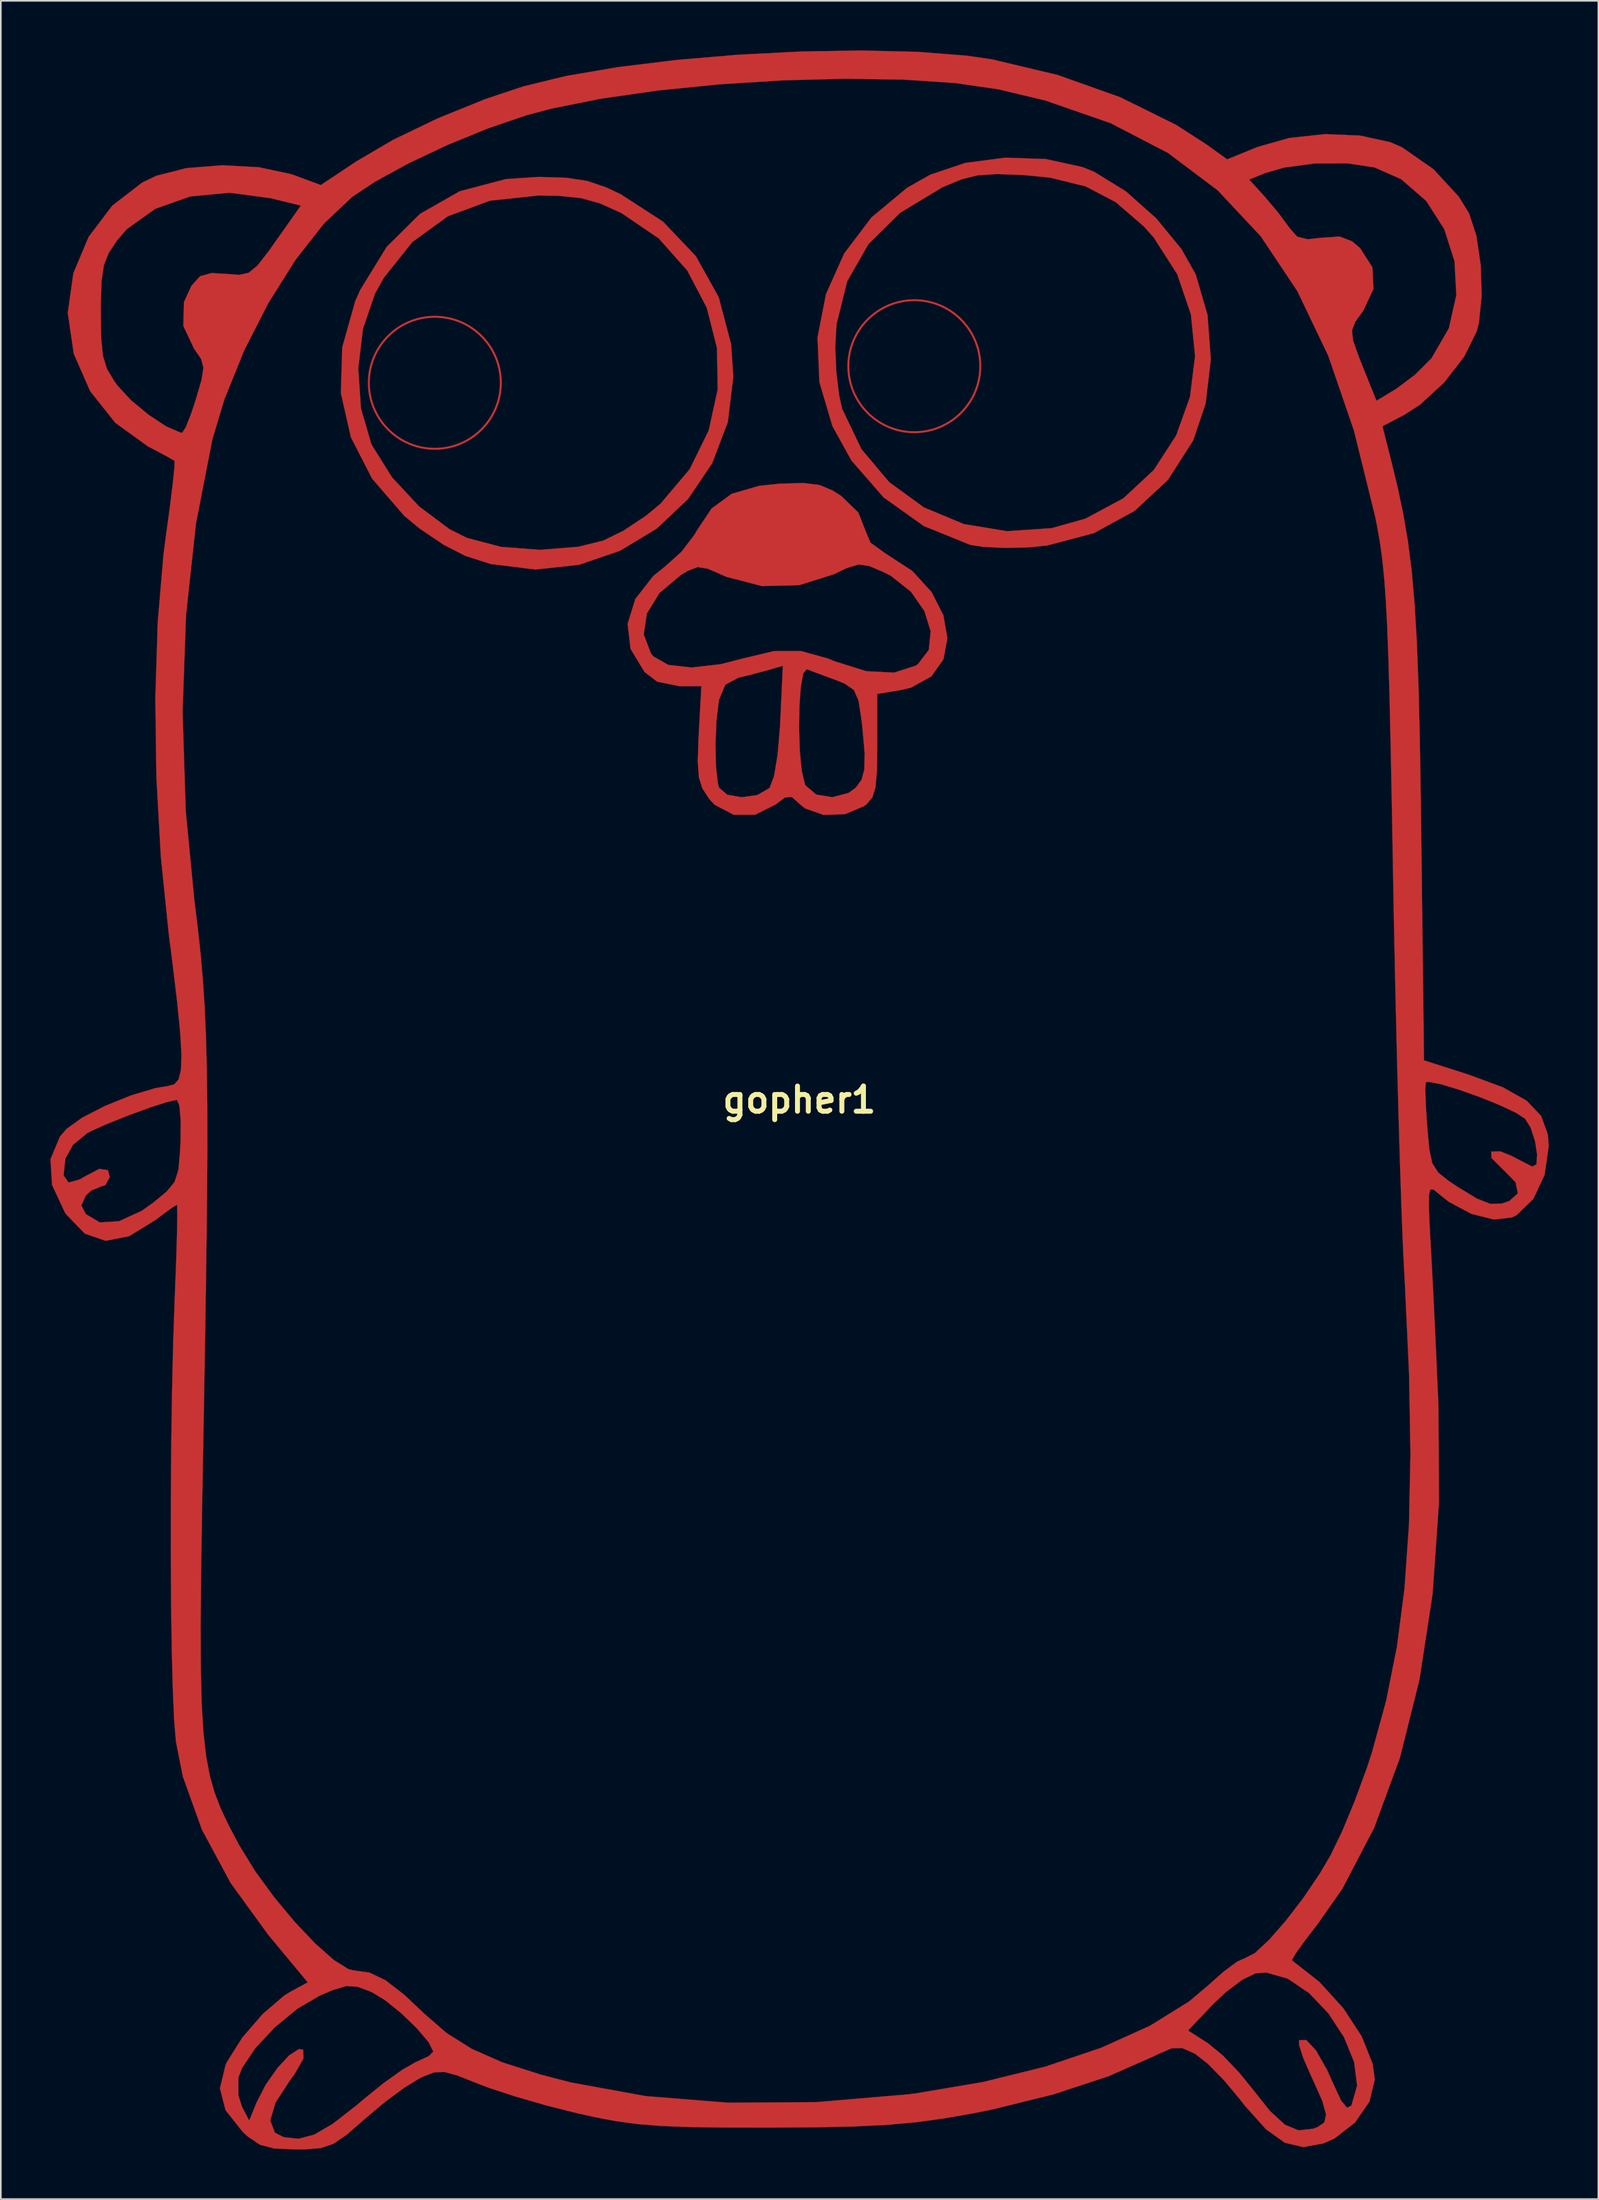
<source format=kicad_pcb>
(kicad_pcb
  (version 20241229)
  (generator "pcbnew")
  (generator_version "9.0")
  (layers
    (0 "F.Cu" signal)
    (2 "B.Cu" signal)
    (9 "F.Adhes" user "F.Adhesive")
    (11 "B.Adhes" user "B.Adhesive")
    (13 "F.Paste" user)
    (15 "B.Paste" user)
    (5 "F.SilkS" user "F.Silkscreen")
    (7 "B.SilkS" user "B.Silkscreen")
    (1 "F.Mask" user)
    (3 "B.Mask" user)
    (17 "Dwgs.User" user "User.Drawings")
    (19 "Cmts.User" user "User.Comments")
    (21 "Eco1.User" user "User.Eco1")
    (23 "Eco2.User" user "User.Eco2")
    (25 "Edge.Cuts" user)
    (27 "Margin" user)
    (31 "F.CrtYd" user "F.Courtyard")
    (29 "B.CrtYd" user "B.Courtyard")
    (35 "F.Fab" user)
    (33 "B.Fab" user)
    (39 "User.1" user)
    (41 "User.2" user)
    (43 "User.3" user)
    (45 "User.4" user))
  (footprint "gopher1"
    (layer "F.Cu")
    (at 45.324 63.491)
    (property "Reference" "gopher1" (at 0 0 0) (layer "F.SilkS") (effects (font (size 1.524 1.524) (thickness 0.3))))
    (attr through_hole)
    (fp_circle (center -22.058 -43.383) (end -18.783 -41.097) (stroke (width 0.12) (type solid)) (fill no) (layer "F.Cu"))
    (fp_circle (center 6.962 -44.386) (end 10.236 -42.1) (stroke (width 0.12) (type solid)) (fill no) (layer "F.Cu"))
    (fp_poly (pts (xy 14.911 -56.921) (xy 17.124 -56.438) (xy 17.859 -56.142) (xy 19.779 -54.955) (xy 21.608 -53.326) (xy 23.129 -51.473) (xy 23.991 -49.946) (xy 24.707 -47.493) (xy 24.907 -44.8) (xy 24.594 -42.133) (xy 23.843 -39.9) (xy 22.316 -37.512) (xy 20.284 -35.624) (xy 17.823 -34.283) (xy 15.007 -33.539) (xy 13.894 -33.425) (xy 12.447 -33.391) (xy 11.136 -33.453) (xy 10.341 -33.577) (xy 7.527 -34.721) (xy 5.103 -36.447) (xy 3.155 -38.681) (xy 2.005 -40.76) (xy 1.218 -43.42) (xy 1.127 -45.553) (xy 2.177 -45.553) (xy 2.242 -44.037) (xy 2.41 -42.629) (xy 2.598 -41.798) (xy 3.762 -39.368) (xy 5.446 -37.367) (xy 7.545 -35.841) (xy 9.953 -34.838) (xy 12.565 -34.405) (xy 15.277 -34.589) (xy 17.313 -35.161) (xy 19.618 -36.397) (xy 21.458 -38.112) (xy 22.808 -40.194) (xy 23.647 -42.531) (xy 23.953 -45.01) (xy 23.702 -47.52) (xy 22.873 -49.949) (xy 21.443 -52.183) (xy 20.852 -52.842) (xy 19.153 -54.31) (xy 17.325 -55.265) (xy 15.161 -55.796) (xy 13.553 -55.952) (xy 11.949 -56.009) (xy 10.788 -55.934) (xy 9.793 -55.684) (xy 8.685 -55.218) (xy 8.638 -55.196) (xy 6.099 -53.665) (xy 4.181 -51.765) (xy 2.896 -49.513) (xy 2.254 -46.923) (xy 2.177 -45.553) (xy 1.127 -45.553) (xy 1.102 -46.119) (xy 1.616 -48.75) (xy 2.719 -51.208) (xy 4.369 -53.387) (xy 6.526 -55.181) (xy 7.929 -55.974) (xy 10.046 -56.685) (xy 12.463 -57.002) (xy 14.911 -56.921)) (stroke (width 0.01) (type solid)) (fill yes) (layer "F.Cu"))
    (fp_poly (pts (xy -14.109 -55.787) (xy -12.849 -55.599) (xy -11.696 -55.209) (xy -10.812 -54.793) (xy -8.242 -53.129) (xy -6.255 -51.038) (xy -4.876 -48.559) (xy -4.128 -45.729) (xy -3.991 -43.749) (xy -4.326 -41.002) (xy -5.27 -38.515) (xy -6.733 -36.348) (xy -8.625 -34.561) (xy -10.856 -33.215) (xy -13.336 -32.369) (xy -15.974 -32.084) (xy -18.681 -32.42) (xy -20.21 -32.909) (xy -21.531 -33.587) (xy -22.976 -34.562) (xy -23.911 -35.335) (xy -25.854 -37.583) (xy -27.136 -40.081) (xy -27.744 -42.752) (xy -27.7 -44.247) (xy -26.692 -44.247) (xy -26.529 -41.841) (xy -25.911 -39.714) (xy -25.852 -39.587) (xy -24.648 -37.664) (xy -23.011 -35.904) (xy -21.17 -34.528) (xy -20.115 -33.999) (xy -18.064 -33.458) (xy -15.706 -33.277) (xy -13.376 -33.461) (xy -11.86 -33.839) (xy -10.647 -34.43) (xy -9.288 -35.333) (xy -8.397 -36.069) (xy -6.63 -38.159) (xy -5.482 -40.5) (xy -4.938 -42.983) (xy -4.983 -45.496) (xy -5.602 -47.929) (xy -6.779 -50.171) (xy -8.499 -52.111) (xy -10.747 -53.639) (xy -10.818 -53.675) (xy -12.07 -54.239) (xy -13.218 -54.556) (xy -14.571 -54.693) (xy -15.783 -54.714) (xy -18.718 -54.4) (xy -21.268 -53.459) (xy -23.414 -51.903) (xy -25.142 -49.74) (xy -25.676 -48.779) (xy -26.406 -46.653) (xy -26.692 -44.247) (xy -27.7 -44.247) (xy -27.662 -45.522) (xy -26.877 -48.314) (xy -26.572 -49.001) (xy -24.968 -51.609) (xy -22.954 -53.604) (xy -20.546 -54.973) (xy -17.761 -55.707) (xy -15.783 -55.838) (xy -14.109 -55.787)) (stroke (width 0.01) (type solid)) (fill yes) (layer "F.Cu"))
    (fp_poly (pts (xy 1.222 -37.2) (xy 2.015 -36.87) (xy 2.54 -36.533) (xy 3.577 -35.528) (xy 3.924 -34.639) (xy 4.305 -33.713) (xy 5.227 -33.049) (xy 6.838 -32.001) (xy 8.007 -30.721) (xy 8.719 -29.326) (xy 8.964 -27.933) (xy 8.727 -26.659) (xy 7.995 -25.621) (xy 6.756 -24.936) (xy 6.142 -24.792) (xy 4.717 -24.557) (xy 4.717 -21.451) (xy 4.698 -19.894) (xy 4.613 -18.904) (xy 4.424 -18.3) (xy 4.092 -17.904) (xy 3.911 -17.764) (xy 2.757 -17.28) (xy 1.465 -17.239) (xy 0.349 -17.631) (xy 0.058 -17.869) (xy -0.456 -18.324) (xy -0.876 -18.292) (xy -1.433 -17.869) (xy -2.67 -17.249) (xy -3.976 -17.25) (xy -5.128 -17.856) (xy -5.455 -18.21) (xy -5.859 -18.829) (xy -6.077 -19.509) (xy -6.144 -20.47) (xy -6.109 -21.528) (xy -5.071 -21.528) (xy -5.041 -20.143) (xy -4.921 -19.111) (xy -4.86 -18.894) (xy -4.359 -18.46) (xy -3.487 -18.309) (xy -2.542 -18.44) (xy -1.824 -18.854) (xy -1.787 -18.896) (xy -1.529 -19.582) (xy -1.314 -20.861) (xy -1.178 -22.453) (xy -0.013 -22.453) (xy 0.033 -21.09) (xy 0.149 -19.914) (xy 0.336 -19.112) (xy 0.376 -19.025) (xy 1.026 -18.47) (xy 1.995 -18.312) (xy 2.979 -18.566) (xy 3.421 -18.89) (xy 3.768 -19.366) (xy 3.94 -20.008) (xy 3.954 -20.989) (xy 3.822 -22.485) (xy 3.763 -23.007) (xy 3.588 -24.152) (xy 3.304 -24.796) (xy 2.752 -25.182) (xy 2.224 -25.394) (xy 1.246 -25.756) (xy 0.531 -26.023) (xy 0.454 -26.053) (xy 0.243 -25.804) (xy 0.094 -24.997) (xy 0.007 -23.818) (xy -0.013 -22.453) (xy -1.178 -22.453) (xy -1.167 -22.578) (xy -1.152 -22.875) (xy -0.995 -26.259) (xy -1.858 -26.008) (xy -2.92 -25.723) (xy -3.681 -25.539) (xy -4.475 -25.119) (xy -4.86 -24.197) (xy -4.861 -24.194) (xy -5.011 -22.975) (xy -5.071 -21.528) (xy -6.109 -21.528) (xy -6.096 -21.93) (xy -6.085 -22.132) (xy -5.926 -25.026) (xy -7.254 -25.026) (xy -8.6 -25.3) (xy -9.365 -25.885) (xy -10.211 -27.282) (xy -10.314 -28.153) (xy -9.412 -28.153) (xy -8.975 -27.005) (xy -8.834 -26.83) (xy -7.929 -26.316) (xy -6.525 -26.157) (xy -4.76 -26.357) (xy -3.414 -26.703) (xy -1.52 -27.152) (xy 0.092 -27.155) (xy 1.731 -26.704) (xy 2.177 -26.521) (xy 4.06 -25.934) (xy 5.735 -25.848) (xy 7.05 -26.27) (xy 7.176 -26.355) (xy 7.838 -27.224) (xy 7.952 -28.347) (xy 7.574 -29.57) (xy 6.762 -30.734) (xy 5.573 -31.684) (xy 5.158 -31.901) (xy 4.236 -32.296) (xy 3.583 -32.389) (xy 2.865 -32.17) (xy 2.087 -31.795) (xy -0.011 -31.137) (xy -2.266 -31.085) (xy -4.411 -31.643) (xy -4.588 -31.722) (xy -5.543 -32.136) (xy -6.159 -32.229) (xy -6.748 -32.005) (xy -7.176 -31.746) (xy -8.468 -30.658) (xy -9.228 -29.416) (xy -9.412 -28.153) (xy -10.314 -28.153) (xy -10.39 -28.794) (xy -9.925 -30.303) (xy -8.841 -31.69) (xy -8.134 -32.259) (xy -7.14 -33.15) (xy -6.34 -34.194) (xy -6.233 -34.391) (xy -5.311 -35.774) (xy -4.091 -36.666) (xy -2.428 -37.151) (xy -1.168 -37.28) (xy 0.252 -37.318) (xy 1.222 -37.2)) (stroke (width 0.01) (type solid)) (fill yes) (layer "F.Cu"))
    (fp_poly (pts (xy 7.169 -63.405) (xy 10.131 -63.173) (xy 11.655 -62.952) (xy 15.652 -62.001) (xy 19.428 -60.656) (xy 22.802 -58.989) (xy 24.65 -57.798) (xy 25.897 -56.901) (xy 27.735 -57.649) (xy 29.664 -58.196) (xy 31.813 -58.427) (xy 33.932 -58.341) (xy 35.766 -57.94) (xy 36.472 -57.635) (xy 38.382 -56.305) (xy 39.919 -54.638) (xy 40.54 -53.626) (xy 40.983 -52.266) (xy 41.242 -50.495) (xy 41.298 -48.634) (xy 41.13 -46.999) (xy 41.005 -46.51) (xy 40.238 -44.96) (xy 39.02 -43.391) (xy 37.571 -42.059) (xy 36.631 -41.453) (xy 35.294 -40.751) (xy 35.798 -38.772) (xy 36.216 -37.05) (xy 36.561 -35.41) (xy 36.842 -33.752) (xy 37.066 -31.977) (xy 37.241 -29.986) (xy 37.376 -27.682) (xy 37.479 -24.965) (xy 37.557 -21.736) (xy 37.619 -17.897) (xy 37.641 -16.229) (xy 37.809 -2.39) (xy 40.518 -1.524) (xy 42.589 -0.757) (xy 44.021 0.05) (xy 44.897 0.971) (xy 45.303 2.083) (xy 45.357 2.804) (xy 45.108 4.539) (xy 44.428 5.993) (xy 43.416 6.972) (xy 43.136 7.114) (xy 42.032 7.239) (xy 40.675 6.898) (xy 39.311 6.17) (xy 38.698 5.682) (xy 38.39 5.427) (xy 38.198 5.418) (xy 38.108 5.764) (xy 38.104 6.578) (xy 38.168 7.968) (xy 38.225 8.965) (xy 38.327 10.855) (xy 38.444 13.21) (xy 38.562 15.745) (xy 38.669 18.18) (xy 38.682 18.49) (xy 38.715 24.35) (xy 38.329 29.897) (xy 37.536 35.069) (xy 36.352 39.806) (xy 34.791 44.047) (xy 32.867 47.729) (xy 31.364 49.875) (xy 30.572 50.906) (xy 30.019 51.68) (xy 29.811 52.05) (xy 29.816 52.061) (xy 31.478 53.364) (xy 32.926 54.956) (xy 34.04 56.664) (xy 34.701 58.318) (xy 34.831 59.269) (xy 34.505 60.611) (xy 33.634 61.872) (xy 32.386 62.842) (xy 31.717 63.138) (xy 30.502 63.359) (xy 29.385 63.094) (xy 28.246 62.28) (xy 26.967 60.856) (xy 26.67 60.473) (xy 25.69 59.298) (xy 24.715 58.309) (xy 23.95 57.711) (xy 23.922 57.696) (xy 23.174 57.369) (xy 22.54 57.381) (xy 21.678 57.752) (xy 21.501 57.843) (xy 18.726 59.068) (xy 15.393 60.167) (xy 11.668 61.087) (xy 10.42 61.336) (xy 8.687 61.636) (xy 7.049 61.858) (xy 5.343 62.012) (xy 3.404 62.109) (xy 1.066 62.161) (xy -1.814 62.18) (xy -4.531 62.176) (xy -6.669 62.146) (xy -8.373 62.08) (xy -9.789 61.966) (xy -11.064 61.795) (xy -12.344 61.554) (xy -13.417 61.317) (xy -15.294 60.844) (xy -17.187 60.298) (xy -18.81 59.765) (xy -19.47 59.513) (xy -20.696 59.027) (xy -21.494 58.81) (xy -22.103 58.839) (xy -22.764 59.095) (xy -22.997 59.208) (xy -23.921 59.775) (xy -25.114 60.661) (xy -26.308 61.665) (xy -27.396 62.613) (xy -28.197 63.161) (xy -28.956 63.42) (xy -29.92 63.496) (xy -30.463 63.5) (xy -31.766 63.446) (xy -32.639 63.219) (xy -33.373 62.724) (xy -33.687 62.436) (xy -34.724 61.126) (xy -34.961 60.205) (xy -33.952 60.205) (xy -33.732 60.911) (xy -33.294 61.754) (xy -32.849 60.666) (xy -32.291 59.583) (xy -31.587 58.579) (xy -30.872 57.808) (xy -30.284 57.426) (xy -30.025 57.469) (xy -30.006 58.001) (xy -30.545 58.941) (xy -30.789 59.267) (xy -31.699 60.665) (xy -32.018 61.748) (xy -31.741 62.48) (xy -31.206 62.758) (xy -30.31 62.855) (xy -29.365 62.608) (xy -28.237 61.953) (xy -26.789 60.825) (xy -26.349 60.45) (xy -25.155 59.486) (xy -24.04 58.691) (xy -23.219 58.217) (xy -23.132 58.183) (xy -22.424 57.853) (xy -22.149 57.58) (xy -22.442 56.999) (xy -23.147 56.17) (xy -24.079 55.271) (xy -25.056 54.479) (xy -25.891 53.974) (xy -25.894 53.973) (xy -26.729 53.661) (xy -27.405 53.615) (xy -28.227 53.856) (xy -29.026 54.196) (xy -30.381 54.991) (xy -31.737 56.107) (xy -32.911 57.361) (xy -33.721 58.568) (xy -33.946 59.148) (xy -33.952 60.205) (xy -34.961 60.205) (xy -35.063 59.81) (xy -34.725 58.394) (xy -34.642 58.217) (xy -33.713 56.737) (xy -32.477 55.307) (xy -31.182 54.199) (xy -30.75 53.933) (xy -29.75 53.393) (xy -32.143 50.509) (xy -34.414 47.382) (xy -36.156 44.147) (xy -37.31 40.932) (xy -37.728 38.814) (xy -37.833 37.552) (xy -37.916 35.661) (xy -37.978 33.257) (xy -38.019 30.458) (xy -38.037 27.381) (xy -38.034 24.144) (xy -38.009 20.864) (xy -37.962 17.657) (xy -37.891 14.642) (xy -37.798 11.935) (xy -37.787 11.672) (xy -37.712 9.776) (xy -37.664 8.178) (xy -37.644 7.01) (xy -37.657 6.404) (xy -37.671 6.349) (xy -38.003 6.553) (xy -38.691 7.061) (xy -38.941 7.255) (xy -40.56 8.249) (xy -41.985 8.529) (xy -43.242 8.094) (xy -44.358 6.939) (xy -44.455 6.797) (xy -45.223 5.146) (xy -45.258 4.574) (xy -44.525 4.574) (xy -44.221 5.001) (xy -43.528 4.808) (xy -43.341 4.689) (xy -42.37 4.177) (xy -41.841 4.251) (xy -41.729 4.669) (xy -41.996 5.165) (xy -42.228 5.229) (xy -42.864 5.493) (xy -43.18 5.79) (xy -43.449 6.388) (xy -43.18 6.91) (xy -42.336 7.415) (xy -41.17 7.343) (xy -39.798 6.714) (xy -39.126 6.24) (xy -38.289 5.551) (xy -37.81 4.97) (xy -37.577 4.245) (xy -37.477 3.127) (xy -37.448 2.504) (xy -37.438 1.247) (xy -37.515 0.349) (xy -37.662 0.000058) (xy -37.664 0) (xy -38.257 0.13) (xy -39.296 0.466) (xy -40.554 0.924) (xy -41.807 1.421) (xy -42.83 1.875) (xy -43.078 2) (xy -43.952 2.717) (xy -44.419 3.553) (xy -44.525 4.574) (xy -45.258 4.574) (xy -45.319 3.593) (xy -44.746 2.221) (xy -44.347 1.759) (xy -43.4 1.077) (xy -42.007 0.363) (xy -40.438 -0.271) (xy -38.959 -0.712) (xy -38.191 -0.84) (xy -37.823 -0.943) (xy -37.567 -1.235) (xy -37.423 -1.799) (xy -37.39 -2.72) (xy -37.469 -4.082) (xy -37.658 -5.969) (xy -37.958 -8.465) (xy -38.168 -10.107) (xy -38.64 -14.715) (xy -38.909 -19.522) (xy -38.961 -23.465) (xy -37.325 -23.465) (xy -37.133 -17.472) (xy -36.61 -12.072) (xy -36.41 -10.462) (xy -36.242 -8.918) (xy -36.104 -7.369) (xy -35.995 -5.744) (xy -35.914 -3.973) (xy -35.859 -1.984) (xy -35.831 0.293) (xy -35.826 2.93) (xy -35.845 5.998) (xy -35.887 9.567) (xy -35.949 13.708) (xy -36.031 18.493) (xy -36.075 20.918) (xy -36.152 25.244) (xy -36.206 28.899) (xy -36.231 31.955) (xy -36.219 34.489) (xy -36.165 36.574) (xy -36.062 38.284) (xy -35.902 39.695) (xy -35.678 40.881) (xy -35.385 41.917) (xy -35.015 42.876) (xy -34.562 43.835) (xy -34.019 44.866) (xy -33.88 45.121) (xy -32.939 46.654) (xy -31.786 48.234) (xy -30.531 49.74) (xy -29.288 51.051) (xy -28.167 52.043) (xy -27.281 52.595) (xy -26.965 52.668) (xy -26.016 52.801) (xy -25.044 53.264) (xy -23.902 54.146) (xy -22.679 55.301) (xy -21.336 56.466) (xy -19.814 57.42) (xy -17.964 58.233) (xy -15.634 58.977) (xy -13.827 59.447) (xy -9.302 60.273) (xy -4.313 60.672) (xy 1.009 60.64) (xy 6.53 60.172) (xy 7.076 60.103) (xy 11.113 59.423) (xy 14.881 58.493) (xy 18.28 57.347) (xy 20.588 56.305) (xy 23.528 56.305) (xy 24.736 57.076) (xy 25.621 57.803) (xy 26.648 58.878) (xy 27.349 59.746) (xy 28.482 61.168) (xy 29.397 62.009) (xy 30.219 62.345) (xy 31.076 62.252) (xy 31.357 62.153) (xy 31.78 61.868) (xy 31.881 61.376) (xy 31.643 60.538) (xy 31.05 59.211) (xy 30.983 59.072) (xy 30.508 57.988) (xy 30.251 57.188) (xy 30.248 56.891) (xy 30.685 56.883) (xy 31.27 57.507) (xy 31.937 58.679) (xy 32.289 59.461) (xy 32.794 60.544) (xy 33.151 60.98) (xy 33.412 60.85) (xy 33.761 59.637) (xy 33.577 58.207) (xy 32.963 56.703) (xy 32.022 55.268) (xy 30.857 54.044) (xy 29.572 53.173) (xy 28.269 52.797) (xy 27.611 52.847) (xy 26.813 53.234) (xy 25.8 53.997) (xy 25.068 54.689) (xy 23.528 56.305) (xy 20.588 56.305) (xy 21.214 56.023) (xy 23.582 54.555) (xy 24.676 53.636) (xy 25.658 52.762) (xy 26.493 52.144) (xy 26.984 51.921) (xy 27.566 51.626) (xy 28.422 50.832) (xy 29.439 49.673) (xy 30.506 48.283) (xy 31.511 46.796) (xy 32.171 45.675) (xy 32.865 44.233) (xy 33.634 42.375) (xy 34.356 40.406) (xy 34.662 39.471) (xy 35.516 36.36) (xy 36.169 33.093) (xy 36.628 29.576) (xy 36.899 25.716) (xy 36.99 21.417) (xy 36.905 16.586) (xy 36.652 11.129) (xy 36.624 10.646) (xy 36.538 8.935) (xy 36.446 6.587) (xy 36.35 3.714) (xy 36.253 0.425) (xy 36.225 -0.65) (xy 37.887 -0.65) (xy 37.917 0.296) (xy 38.001 1.582) (xy 38.005 1.63) (xy 38.128 2.99) (xy 38.312 3.837) (xy 38.675 4.405) (xy 39.335 4.927) (xy 39.857 5.272) (xy 41.014 5.976) (xy 41.818 6.29) (xy 42.496 6.277) (xy 42.969 6.123) (xy 43.488 5.658) (xy 43.353 4.99) (xy 42.582 4.198) (xy 42.546 4.17) (xy 41.895 3.519) (xy 41.878 3.129) (xy 42.418 3.112) (xy 43.088 3.382) (xy 43.882 3.791) (xy 44.359 4.035) (xy 44.612 3.907) (xy 44.655 3.313) (xy 44.526 2.49) (xy 44.258 1.675) (xy 43.928 1.143) (xy 43.367 0.778) (xy 42.382 0.316) (xy 41.169 -0.173) (xy 39.921 -0.617) (xy 38.834 -0.945) (xy 38.102 -1.087) (xy 37.917 -1.054) (xy 37.887 -0.65) (xy 36.225 -0.65) (xy 36.158 -3.169) (xy 36.069 -6.957) (xy 35.988 -10.829) (xy 35.937 -13.634) (xy 35.862 -17.84) (xy 35.792 -21.375) (xy 35.724 -24.317) (xy 35.654 -26.742) (xy 35.577 -28.725) (xy 35.491 -30.345) (xy 35.391 -31.676) (xy 35.272 -32.797) (xy 35.133 -33.783) (xy 34.968 -34.711) (xy 34.85 -35.299) (xy 33.569 -40.493) (xy 32.012 -45.023) (xy 30.143 -48.928) (xy 27.927 -52.247) (xy 25.329 -55.02) (xy 24.452 -55.68) (xy 27.228 -55.68) (xy 28.172 -54.641) (xy 28.965 -53.702) (xy 29.619 -52.822) (xy 29.657 -52.763) (xy 30.13 -52.225) (xy 30.766 -52.067) (xy 31.624 -52.16) (xy 32.696 -52.233) (xy 33.459 -51.942) (xy 33.942 -51.532) (xy 34.685 -50.37) (xy 34.75 -49.06) (xy 34.13 -47.738) (xy 34.109 -47.71) (xy 33.648 -47.073) (xy 33.45 -46.556) (xy 33.519 -45.931) (xy 33.858 -44.969) (xy 34.158 -44.22) (xy 34.933 -42.294) (xy 36.15 -43.033) (xy 37.249 -43.857) (xy 38.235 -44.835) (xy 38.268 -44.875) (xy 39.315 -46.684) (xy 39.764 -48.685) (xy 39.656 -50.731) (xy 39.035 -52.678) (xy 37.944 -54.383) (xy 36.427 -55.699) (xy 34.821 -56.409) (xy 33.166 -56.66) (xy 31.221 -56.653) (xy 29.347 -56.404) (xy 28.219 -56.077) (xy 27.228 -55.68) (xy 24.452 -55.68) (xy 22.315 -57.286) (xy 18.85 -59.085) (xy 14.898 -60.457) (xy 12.064 -61.135) (xy 9.453 -61.514) (xy 6.297 -61.725) (xy 2.759 -61.777) (xy -1.002 -61.679) (xy -4.824 -61.439) (xy -8.546 -61.067) (xy -12.007 -60.57) (xy -15.046 -59.959) (xy -16.492 -59.573) (xy -18.824 -58.779) (xy -21.27 -57.78) (xy -23.62 -56.672) (xy -25.664 -55.556) (xy -27.06 -54.63) (xy -28.767 -53.017) (xy -30.486 -50.825) (xy -32.125 -48.217) (xy -33.59 -45.353) (xy -34.789 -42.393) (xy -35.521 -39.957) (xy -36.512 -34.874) (xy -37.116 -29.321) (xy -37.325 -23.465) (xy -38.961 -23.465) (xy -38.972 -24.315) (xy -38.829 -28.882) (xy -38.478 -33.01) (xy -38.332 -34.128) (xy -38.096 -35.85) (xy -37.919 -37.277) (xy -37.818 -38.262) (xy -37.809 -38.657) (xy -37.809 -38.658) (xy -38.17 -38.869) (xy -38.958 -39.293) (xy -39.422 -39.535) (xy -41.392 -40.957) (xy -42.919 -42.876) (xy -43.909 -45.135) (xy -44.268 -47.58) (xy -44.269 -47.625) (xy -42.273 -47.625) (xy -42.249 -46.053) (xy -42.141 -44.994) (xy -41.896 -44.217) (xy -41.46 -43.488) (xy -41.256 -43.206) (xy -40.447 -42.33) (xy -39.388 -41.452) (xy -38.315 -40.743) (xy -37.462 -40.375) (xy -37.35 -40.358) (xy -37.14 -40.673) (xy -36.808 -41.508) (xy -36.513 -42.403) (xy -36.171 -43.58) (xy -36.064 -44.302) (xy -36.202 -44.823) (xy -36.594 -45.397) (xy -36.628 -45.441) (xy -37.276 -46.819) (xy -37.243 -48.261) (xy -36.78 -49.266) (xy -36.262 -49.83) (xy -35.576 -50.021) (xy -34.694 -49.971) (xy -33.897 -49.913) (xy -33.327 -50.037) (xy -32.801 -50.467) (xy -32.132 -51.322) (xy -31.685 -51.952) (xy -30.168 -54.1) (xy -31.984 -54.548) (xy -34.488 -54.88) (xy -36.866 -54.654) (xy -38.981 -53.907) (xy -40.699 -52.678) (xy -41.295 -51.99) (xy -41.791 -51.243) (xy -42.085 -50.506) (xy -42.228 -49.548) (xy -42.271 -48.139) (xy -42.273 -47.625) (xy -44.269 -47.625) (xy -43.937 -50.005) (xy -43.008 -52.214) (xy -41.582 -54.098) (xy -39.76 -55.502) (xy -38.91 -55.908) (xy -37.094 -56.371) (xy -34.923 -56.544) (xy -32.71 -56.424) (xy -30.767 -56.011) (xy -30.536 -55.93) (xy -28.959 -55.345) (xy -26.806 -56.778) (xy -24.579 -58.083) (xy -21.895 -59.376) (xy -19.018 -60.54) (xy -16.691 -61.318) (xy -14.102 -61.947) (xy -10.964 -62.482) (xy -7.444 -62.913) (xy -3.705 -63.23) (xy 0.086 -63.424) (xy 3.766 -63.486) (xy 7.169 -63.405)) (stroke (width 0.01) (type solid)) (fill yes) (layer "F.Cu")))
  (gr_rect
    (start -3 -3)
    (end 93.686 129.996)
    (stroke (width 0.1) (type default))
    (fill no)
    (layer "Edge.Cuts")))
</source>
